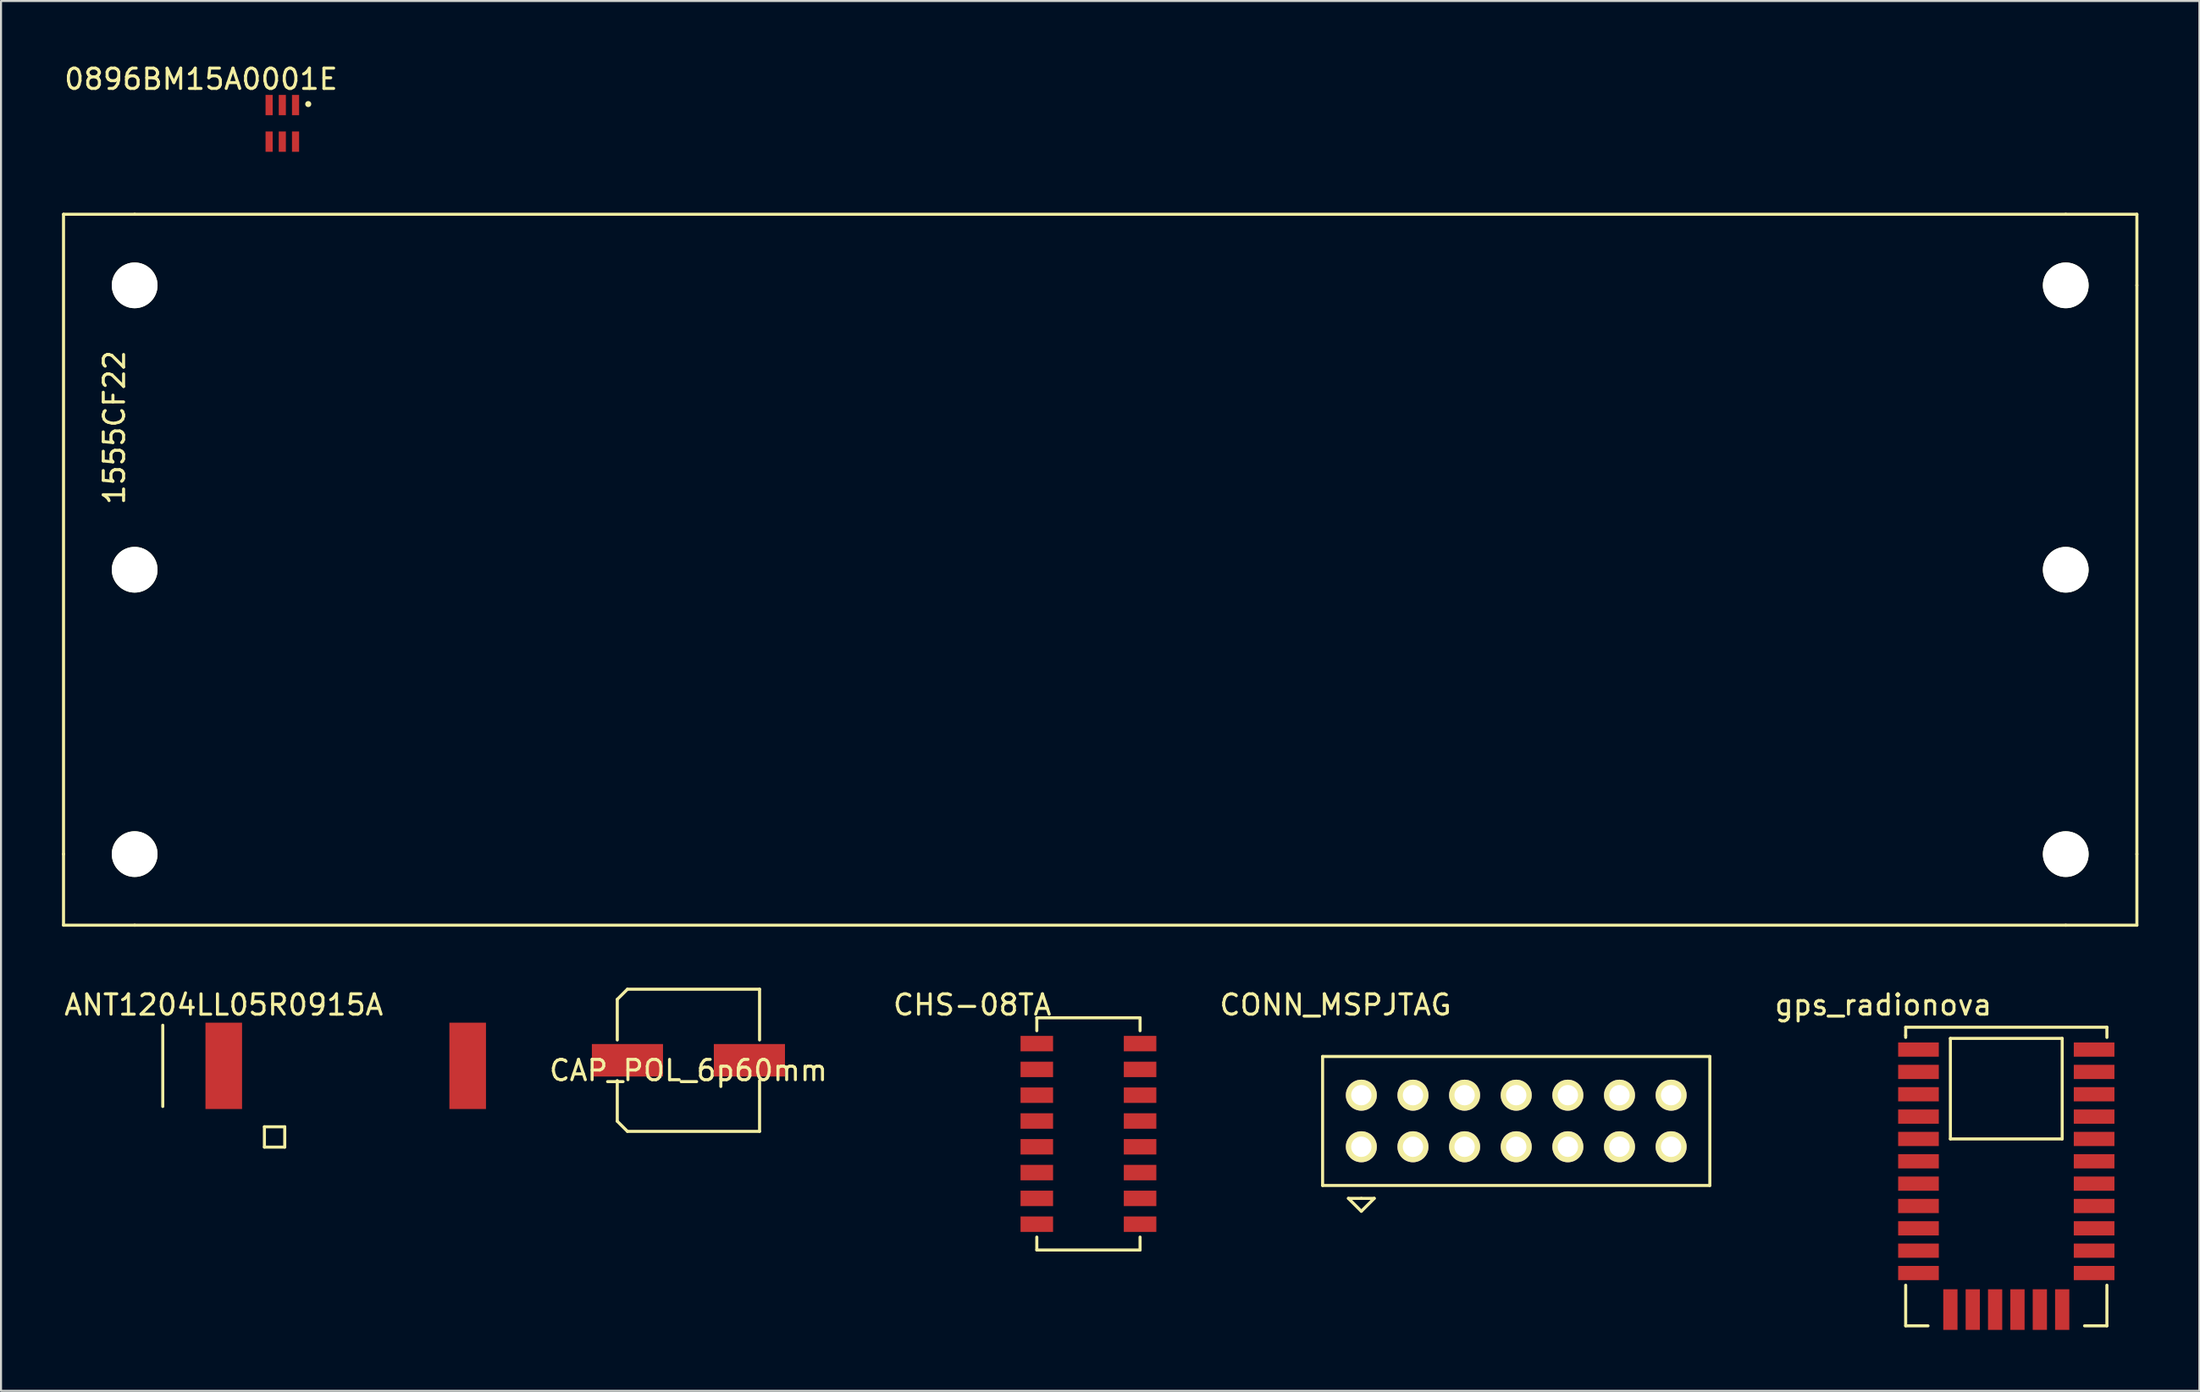
<source format=kicad_pcb>
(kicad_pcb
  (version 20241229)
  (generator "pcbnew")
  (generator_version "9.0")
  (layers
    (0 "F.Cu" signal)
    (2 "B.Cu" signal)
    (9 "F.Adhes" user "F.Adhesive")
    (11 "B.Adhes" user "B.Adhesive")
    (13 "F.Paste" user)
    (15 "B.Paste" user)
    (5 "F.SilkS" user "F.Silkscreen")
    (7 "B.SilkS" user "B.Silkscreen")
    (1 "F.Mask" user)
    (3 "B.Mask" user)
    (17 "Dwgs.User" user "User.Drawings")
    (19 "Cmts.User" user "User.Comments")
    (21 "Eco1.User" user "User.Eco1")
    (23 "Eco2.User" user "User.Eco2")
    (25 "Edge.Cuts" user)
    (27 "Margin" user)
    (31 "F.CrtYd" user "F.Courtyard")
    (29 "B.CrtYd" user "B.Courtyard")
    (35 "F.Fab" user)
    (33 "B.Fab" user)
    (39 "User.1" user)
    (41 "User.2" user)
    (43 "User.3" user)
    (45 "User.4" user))
  (footprint "CONN_MSPJTAG"
    (layer "F.Cu")
    (at 71.541 52.136)
    (property "Reference" "CONN_MSPJTAG" (at -8.89 -5.715 0) (layer "F.SilkS") (effects (font (size 1 1) (thickness 0.15))))
    (attr through_hole)
    (fp_line (start -9.525 -3.175) (end -9.525 3.175) (stroke (width 0.15) (type solid)) (layer "F.SilkS"))
    (fp_line (start -9.525 3.175) (end 9.525 3.175) (stroke (width 0.15) (type solid)) (layer "F.SilkS"))
    (fp_line (start -8.255 3.81) (end -7.62 3.81) (stroke (width 0.15) (type solid)) (layer "F.SilkS"))
    (fp_line (start -7.62 3.81) (end -6.985 3.81) (stroke (width 0.15) (type solid)) (layer "F.SilkS"))
    (fp_line (start -7.62 4.445) (end -8.255 3.81) (stroke (width 0.15) (type solid)) (layer "F.SilkS"))
    (fp_line (start -6.985 3.81) (end -7.62 4.445) (stroke (width 0.15) (type solid)) (layer "F.SilkS"))
    (fp_line (start 9.525 -3.175) (end -9.525 -3.175) (stroke (width 0.15) (type solid)) (layer "F.SilkS"))
    (fp_line (start 9.525 3.175) (end 9.525 -3.175) (stroke (width 0.15) (type solid)) (layer "F.SilkS"))
    (pad "1" thru_hole circle (at -7.62 1.27) (size 1.524 1.524) (drill 1) (layers "*.Cu" "*.Mask" "F.SilkS"))
    (pad "2" thru_hole circle (at -7.62 -1.27) (size 1.524 1.524) (drill 1) (layers "*.Cu" "*.Mask" "F.SilkS"))
    (pad "3" thru_hole circle (at -5.08 1.27) (size 1.524 1.524) (drill 1) (layers "*.Cu" "*.Mask" "F.SilkS"))
    (pad "4" thru_hole circle (at -5.08 -1.27) (size 1.524 1.524) (drill 1) (layers "*.Cu" "*.Mask" "F.SilkS"))
    (pad "5" thru_hole circle (at -2.54 1.27) (size 1.524 1.524) (drill 1) (layers "*.Cu" "*.Mask" "F.SilkS"))
    (pad "6" thru_hole circle (at -2.54 -1.27) (size 1.524 1.524) (drill 1) (layers "*.Cu" "*.Mask" "F.SilkS"))
    (pad "7" thru_hole circle (at 0 1.27) (size 1.524 1.524) (drill 1) (layers "*.Cu" "*.Mask" "F.SilkS"))
    (pad "8" thru_hole circle (at 0 -1.27) (size 1.524 1.524) (drill 1) (layers "*.Cu" "*.Mask" "F.SilkS"))
    (pad "9" thru_hole circle (at 2.54 1.27) (size 1.524 1.524) (drill 1) (layers "*.Cu" "*.Mask" "F.SilkS"))
    (pad "10" thru_hole circle (at 2.54 -1.27) (size 1.524 1.524) (drill 1) (layers "*.Cu" "*.Mask" "F.SilkS"))
    (pad "11" thru_hole circle (at 5.08 1.27) (size 1.524 1.524) (drill 1) (layers "*.Cu" "*.Mask" "F.SilkS"))
    (pad "12" thru_hole circle (at 5.08 -1.27) (size 1.524 1.524) (drill 1) (layers "*.Cu" "*.Mask" "F.SilkS"))
    (pad "13" thru_hole circle (at 7.62 1.27) (size 1.524 1.524) (drill 1) (layers "*.Cu" "*.Mask" "F.SilkS"))
    (pad "14" thru_hole circle (at 7.62 -1.27) (size 1.524 1.524) (drill 1) (layers "*.Cu" "*.Mask" "F.SilkS")))
  (footprint "CAP_POL_6p60mm"
    (layer "F.Cu")
    (at 30.817 49.148)
    (property "Reference" "CAP_POL_6p60mm" (at 0 0.5 0) (layer "F.SilkS") (effects (font (size 1 1) (thickness 0.15))))
    (attr through_hole)
    (fp_line (start -3.5 -3) (end -3.5 -1) (stroke (width 0.15) (type solid)) (layer "F.SilkS"))
    (fp_line (start -3.5 1) (end -3.5 3) (stroke (width 0.15) (type solid)) (layer "F.SilkS"))
    (fp_line (start -3.5 3) (end -3 3.5) (stroke (width 0.15) (type solid)) (layer "F.SilkS"))
    (fp_line (start -3 -3.5) (end -3.5 -3) (stroke (width 0.15) (type solid)) (layer "F.SilkS"))
    (fp_line (start -3 3.5) (end 3.5 3.5) (stroke (width 0.15) (type solid)) (layer "F.SilkS"))
    (fp_line (start 3.5 -3.5) (end -3 -3.5) (stroke (width 0.15) (type solid)) (layer "F.SilkS"))
    (fp_line (start 3.5 -1) (end 3.5 -3.5) (stroke (width 0.15) (type solid)) (layer "F.SilkS"))
    (fp_line (start 3.5 3.5) (end 3.5 1) (stroke (width 0.15) (type solid)) (layer "F.SilkS"))
    (pad "1" smd rect (at -3 0) (size 3.5 1.6) (layers "F.Cu" "F.Mask" "F.Paste"))
    (pad "2" smd rect (at 3 0) (size 3.5 1.6) (layers "F.Cu" "F.Mask" "F.Paste")))
  (footprint "gps_radionova"
    (layer "F.Cu")
    (at 95.65 59.621)
    (property "Reference" "gps_radionova" (at -6.05 -13.2 0) (layer "F.SilkS") (effects (font (size 1 1) (thickness 0.15))))
    (attr through_hole)
    (fp_line (start -4.95 -12.1) (end 4.95 -12.1) (stroke (width 0.15) (type solid)) (layer "F.SilkS"))
    (fp_line (start -4.95 -11.7) (end -4.95 -12.1) (stroke (width 0.15) (type solid)) (layer "F.SilkS"))
    (fp_line (start -4.95 -11.6) (end -4.95 -11.7) (stroke (width 0.15) (type solid)) (layer "F.SilkS"))
    (fp_line (start -4.95 0.6) (end -4.95 2.6) (stroke (width 0.15) (type solid)) (layer "F.SilkS"))
    (fp_line (start -4.95 2.6) (end -3.85 2.6) (stroke (width 0.15) (type solid)) (layer "F.SilkS"))
    (fp_line (start -2.75 -11.55) (end -2.75 -6.6) (stroke (width 0.15) (type solid)) (layer "F.SilkS"))
    (fp_line (start -2.75 -6.6) (end 2.75 -6.6) (stroke (width 0.15) (type solid)) (layer "F.SilkS"))
    (fp_line (start 2.75 -11.55) (end -2.75 -11.55) (stroke (width 0.15) (type solid)) (layer "F.SilkS"))
    (fp_line (start 2.75 -6.6) (end 2.75 -11.55) (stroke (width 0.15) (type solid)) (layer "F.SilkS"))
    (fp_line (start 3.85 2.6) (end 4.95 2.6) (stroke (width 0.15) (type solid)) (layer "F.SilkS"))
    (fp_line (start 4.95 -12.1) (end 4.95 -11.6) (stroke (width 0.15) (type solid)) (layer "F.SilkS"))
    (fp_line (start 4.95 2.6) (end 4.95 0.6) (stroke (width 0.15) (type solid)) (layer "F.SilkS"))
    (pad "1" smd rect (at -4.32 -11) (size 2 0.7) (layers "F.Cu" "F.Mask" "F.Paste"))
    (pad "2" smd rect (at -4.32 -9.9) (size 2 0.7) (layers "F.Cu" "F.Mask" "F.Paste"))
    (pad "3" smd rect (at -4.32 -8.8) (size 2 0.7) (layers "F.Cu" "F.Mask" "F.Paste"))
    (pad "4" smd rect (at -4.32 -7.7) (size 2 0.7) (layers "F.Cu" "F.Mask" "F.Paste"))
    (pad "5" smd rect (at -4.32 -6.6) (size 2 0.7) (layers "F.Cu" "F.Mask" "F.Paste"))
    (pad "6" smd rect (at -4.32 -5.5) (size 2 0.7) (layers "F.Cu" "F.Mask" "F.Paste"))
    (pad "7" smd rect (at -4.32 -4.4) (size 2 0.7) (layers "F.Cu" "F.Mask" "F.Paste"))
    (pad "8" smd rect (at -4.32 -3.3) (size 2 0.7) (layers "F.Cu" "F.Mask" "F.Paste"))
    (pad "9" smd rect (at -4.32 -2.2) (size 2 0.7) (layers "F.Cu" "F.Mask" "F.Paste"))
    (pad "10" smd rect (at -4.32 -1.1) (size 2 0.7) (layers "F.Cu" "F.Mask" "F.Paste"))
    (pad "11" smd rect (at -4.32 0) (size 2 0.7) (layers "F.Cu" "F.Mask" "F.Paste"))
    (pad "12" smd rect (at -2.75 1.8 90) (size 2 0.7) (layers "F.Cu" "F.Mask" "F.Paste"))
    (pad "13" smd rect (at -1.65 1.8 90) (size 2 0.7) (layers "F.Cu" "F.Mask" "F.Paste"))
    (pad "14" smd rect (at -0.55 1.8 90) (size 2 0.7) (layers "F.Cu" "F.Mask" "F.Paste"))
    (pad "15" smd rect (at 0.55 1.8 90) (size 2 0.7) (layers "F.Cu" "F.Mask" "F.Paste"))
    (pad "16" smd rect (at 1.65 1.8 90) (size 2 0.7) (layers "F.Cu" "F.Mask" "F.Paste"))
    (pad "17" smd rect (at 2.75 1.8 90) (size 2 0.7) (layers "F.Cu" "F.Mask" "F.Paste"))
    (pad "18" smd rect (at 4.32 0) (size 2 0.7) (layers "F.Cu" "F.Mask" "F.Paste"))
    (pad "19" smd rect (at 4.32 -1.1) (size 2 0.7) (layers "F.Cu" "F.Mask" "F.Paste"))
    (pad "20" smd rect (at 4.32 -2.2) (size 2 0.7) (layers "F.Cu" "F.Mask" "F.Paste"))
    (pad "21" smd rect (at 4.32 -3.3) (size 2 0.7) (layers "F.Cu" "F.Mask" "F.Paste"))
    (pad "22" smd rect (at 4.32 -4.4) (size 2 0.7) (layers "F.Cu" "F.Mask" "F.Paste"))
    (pad "23" smd rect (at 4.32 -5.5) (size 2 0.7) (layers "F.Cu" "F.Mask" "F.Paste"))
    (pad "24" smd rect (at 4.32 -6.6) (size 2 0.7) (layers "F.Cu" "F.Mask" "F.Paste"))
    (pad "25" smd rect (at 4.32 -7.7) (size 2 0.7) (layers "F.Cu" "F.Mask" "F.Paste"))
    (pad "26" smd rect (at 4.32 -8.8) (size 2 0.7) (layers "F.Cu" "F.Mask" "F.Paste"))
    (pad "27" smd rect (at 4.32 -9.9) (size 2 0.7) (layers "F.Cu" "F.Mask" "F.Paste"))
    (pad "28" smd rect (at 4.32 -11) (size 2 0.7) (layers "F.Cu" "F.Mask" "F.Paste")))
  (footprint "0896BM15A0001E"
    (layer "F.Cu")
    (at 10.839 3.023)
    (property "Reference" "0896BM15A0001E" (at -4 -2.175 0) (layer "F.SilkS") (effects (font (size 1 1) (thickness 0.15))))
    (attr through_hole)
    (fp_circle (center 1.275 -0.95) (end 1.2 -0.95) (stroke (width 0.15) (type solid)) (fill no) (layer "F.SilkS"))
    (pad "1" smd rect (at 0.65 -0.9) (size 0.35 1) (layers "F.Cu" "F.Mask" "F.Paste"))
    (pad "2" smd rect (at 0 -0.9) (size 0.35 1) (layers "F.Cu" "F.Mask" "F.Paste"))
    (pad "3" smd rect (at -0.65 -0.9) (size 0.35 1) (layers "F.Cu" "F.Mask" "F.Paste"))
    (pad "4" smd rect (at -0.65 0.9) (size 0.35 1) (layers "F.Cu" "F.Mask" "F.Paste"))
    (pad "5" smd rect (at 0 0.9) (size 0.35 1) (layers "F.Cu" "F.Mask" "F.Paste"))
    (pad "6" smd rect (at 0.65 0.9) (size 0.35 1) (layers "F.Cu" "F.Mask" "F.Paste")))
  (footprint "ANT1204LL05R0915A"
    (layer "F.Cu")
    (at 13.958 49.422)
    (property "Reference" "ANT1204LL05R0915A" (at -6 -3 0) (layer "F.SilkS") (effects (font (size 1 1) (thickness 0.15))))
    (attr through_hole)
    (fp_line (start -9 2) (end -9 -2) (stroke (width 0.15) (type solid)) (layer "F.SilkS"))
    (fp_line (start -4 3) (end -4 4) (stroke (width 0.15) (type solid)) (layer "F.SilkS"))
    (fp_line (start -4 4) (end -3 4) (stroke (width 0.15) (type solid)) (layer "F.SilkS"))
    (fp_line (start -3 3) (end -4 3) (stroke (width 0.15) (type solid)) (layer "F.SilkS"))
    (fp_line (start -3 4) (end -3 3) (stroke (width 0.15) (type solid)) (layer "F.SilkS"))
    (pad "1" smd rect (at -6 0) (size 1.8 4.25) (layers "F.Cu" "F.Mask" "F.Paste"))
    (pad "2" smd rect (at 6 0) (size 1.8 4.25) (layers "F.Cu" "F.Mask" "F.Paste")))
  (footprint "1555CF22"
    (layer "F.Cu")
    (at 3.575 24.998)
    (property "Reference" "1555CF22" (at -1 -7 90) (layer "F.SilkS") (effects (font (size 1 1) (thickness 0.15))))
    (attr through_hole)
    (fp_line (start -3.5 -17.5) (end -3.5 14) (stroke (width 0.15) (type solid)) (layer "F.SilkS"))
    (fp_line (start -3.5 14) (end -3.5 17.5) (stroke (width 0.15) (type solid)) (layer "F.SilkS"))
    (fp_line (start -3.5 17.5) (end 0 17.5) (stroke (width 0.15) (type solid)) (layer "F.SilkS"))
    (fp_line (start 0 -17.5) (end -3.5 -17.5) (stroke (width 0.15) (type solid)) (layer "F.SilkS"))
    (fp_line (start 0 -17.5) (end 95 -17.5) (stroke (width 0.15) (type solid)) (layer "F.SilkS"))
    (fp_line (start 95 17.5) (end 0 17.5) (stroke (width 0.15) (type solid)) (layer "F.SilkS"))
    (fp_line (start 98.5 -17.5) (end 95 -17.5) (stroke (width 0.15) (type solid)) (layer "F.SilkS"))
    (fp_line (start 98.5 -14) (end 98.5 -17.5) (stroke (width 0.15) (type solid)) (layer "F.SilkS"))
    (fp_line (start 98.5 -14) (end 98.5 14) (stroke (width 0.15) (type solid)) (layer "F.SilkS"))
    (fp_line (start 98.5 14) (end 98.5 17.5) (stroke (width 0.15) (type solid)) (layer "F.SilkS"))
    (fp_line (start 98.5 17.5) (end 95 17.5) (stroke (width 0.15) (type solid)) (layer "F.SilkS"))
    (pad "" np_thru_hole circle (at 0 -14) (size 2.25 2.25) (drill 2.25) (layers "*.Cu" "*.Mask" "F.SilkS"))
    (pad "" np_thru_hole circle (at 0 0) (size 2.25 2.25) (drill 2.25) (layers "*.Cu" "*.Mask" "F.SilkS"))
    (pad "" np_thru_hole circle (at 0 14) (size 2.25 2.25) (drill 2.25) (layers "*.Cu" "*.Mask" "F.SilkS"))
    (pad "" np_thru_hole circle (at 95 -14) (size 2.25 2.25) (drill 2.25) (layers "*.Cu" "*.Mask" "F.SilkS"))
    (pad "" np_thru_hole circle (at 95 0) (size 2.25 2.25) (drill 2.25) (layers "*.Cu" "*.Mask" "F.SilkS"))
    (pad "" np_thru_hole circle (at 95 14) (size 2.25 2.25) (drill 2.25) (layers "*.Cu" "*.Mask" "F.SilkS")))
  (footprint "CHS-08TA"
    (layer "F.Cu")
    (at 50.496 52.772)
    (property "Reference" "CHS-08TA" (at -5.715 -6.35 0) (layer "F.SilkS") (effects (font (size 1 1) (thickness 0.15))))
    (attr through_hole)
    (fp_line (start -2.54 -5.715) (end 2.54 -5.715) (stroke (width 0.15) (type solid)) (layer "F.SilkS"))
    (fp_line (start -2.54 -5.08) (end -2.54 -5.715) (stroke (width 0.15) (type solid)) (layer "F.SilkS"))
    (fp_line (start -2.54 5.715) (end -2.54 5.08) (stroke (width 0.15) (type solid)) (layer "F.SilkS"))
    (fp_line (start 2.54 -5.715) (end 2.54 -5.08) (stroke (width 0.15) (type solid)) (layer "F.SilkS"))
    (fp_line (start 2.54 5.08) (end 2.54 5.715) (stroke (width 0.15) (type solid)) (layer "F.SilkS"))
    (fp_line (start 2.54 5.715) (end -2.54 5.715) (stroke (width 0.15) (type solid)) (layer "F.SilkS"))
    (pad "1" smd rect (at -2.54 -4.445) (size 1.6 0.76) (layers "F.Cu" "F.Mask" "F.Paste"))
    (pad "2" smd rect (at -2.54 -3.175) (size 1.6 0.76) (layers "F.Cu" "F.Mask" "F.Paste"))
    (pad "3" smd rect (at -2.54 -1.905) (size 1.6 0.76) (layers "F.Cu" "F.Mask" "F.Paste"))
    (pad "4" smd rect (at -2.54 -0.635) (size 1.6 0.76) (layers "F.Cu" "F.Mask" "F.Paste"))
    (pad "5" smd rect (at -2.54 0.635) (size 1.6 0.76) (layers "F.Cu" "F.Mask" "F.Paste"))
    (pad "6" smd rect (at -2.54 1.905) (size 1.6 0.76) (layers "F.Cu" "F.Mask" "F.Paste"))
    (pad "7" smd rect (at -2.54 3.175) (size 1.6 0.76) (layers "F.Cu" "F.Mask" "F.Paste"))
    (pad "8" smd rect (at -2.54 4.445) (size 1.6 0.76) (layers "F.Cu" "F.Mask" "F.Paste"))
    (pad "9" smd rect (at 2.54 4.445) (size 1.6 0.76) (layers "F.Cu" "F.Mask" "F.Paste"))
    (pad "10" smd rect (at 2.54 3.175) (size 1.6 0.76) (layers "F.Cu" "F.Mask" "F.Paste"))
    (pad "11" smd rect (at 2.54 1.905) (size 1.6 0.76) (layers "F.Cu" "F.Mask" "F.Paste"))
    (pad "12" smd rect (at 2.54 0.635) (size 1.6 0.76) (layers "F.Cu" "F.Mask" "F.Paste"))
    (pad "13" smd rect (at 2.54 -0.635) (size 1.6 0.76) (layers "F.Cu" "F.Mask" "F.Paste"))
    (pad "14" smd rect (at 2.54 -1.905) (size 1.6 0.76) (layers "F.Cu" "F.Mask" "F.Paste"))
    (pad "15" smd rect (at 2.54 -3.175) (size 1.6 0.76) (layers "F.Cu" "F.Mask" "F.Paste"))
    (pad "16" smd rect (at 2.54 -4.445) (size 1.6 0.76) (layers "F.Cu" "F.Mask" "F.Paste")))
  (gr_rect
    (start -3 -3)
    (end 105.15 65.421)
    (stroke (width 0.1) (type default))
    (fill no)
    (layer "Edge.Cuts")))
</source>
